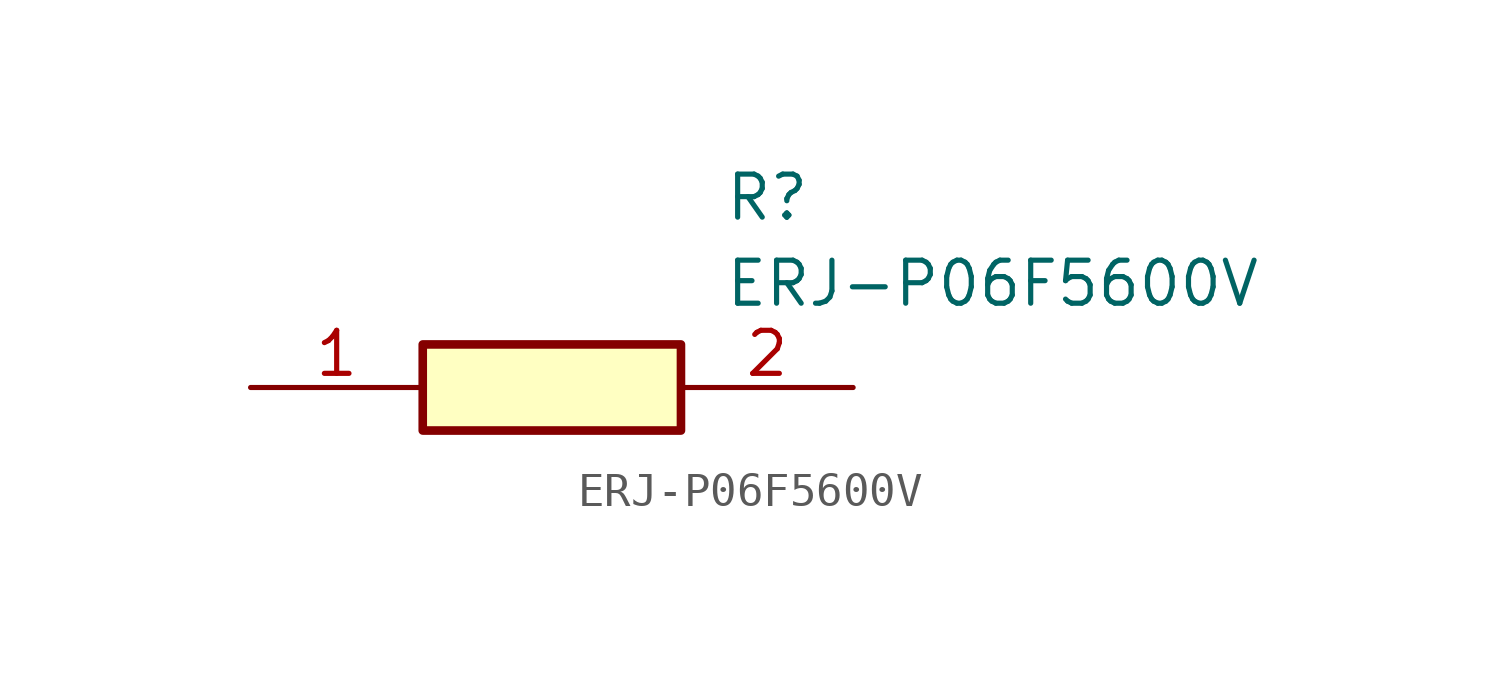
<source format=kicad_sym>
(kicad_symbol_lib
  (version 20211014)
  (generator SamacSys_ECAD_Model)
  (symbol "ERJ-P06F5600V"
    (pin_names hide)
    (property "Reference" "R"
      (at 13.97 6.35 0)
      (effects (font (size 1.27 1.27)) (justify left top)))
    (property "Value" "ERJ-P06F5600V"
      (at 13.97 3.81 0)
      (effects (font (size 1.27 1.27)) (justify left top)))
    (rectangle
      (start 5.08 1.27)
      (end 12.7 -1.27)
      (stroke (width 0.254) (type default))
      (fill (type background)))
    (pin passive line
      (at 0 0 0)
      (length 5.08)
      (name "1" (effects (font (size 1.27 1.27))))
      (number "1" (effects (font (size 1.27 1.27)))))
    (pin passive line
      (at 17.78 0 180)
      (length 5.08)
      (name "2" (effects (font (size 1.27 1.27))))
      (number "2" (effects (font (size 1.27 1.27)))))))
</source>
